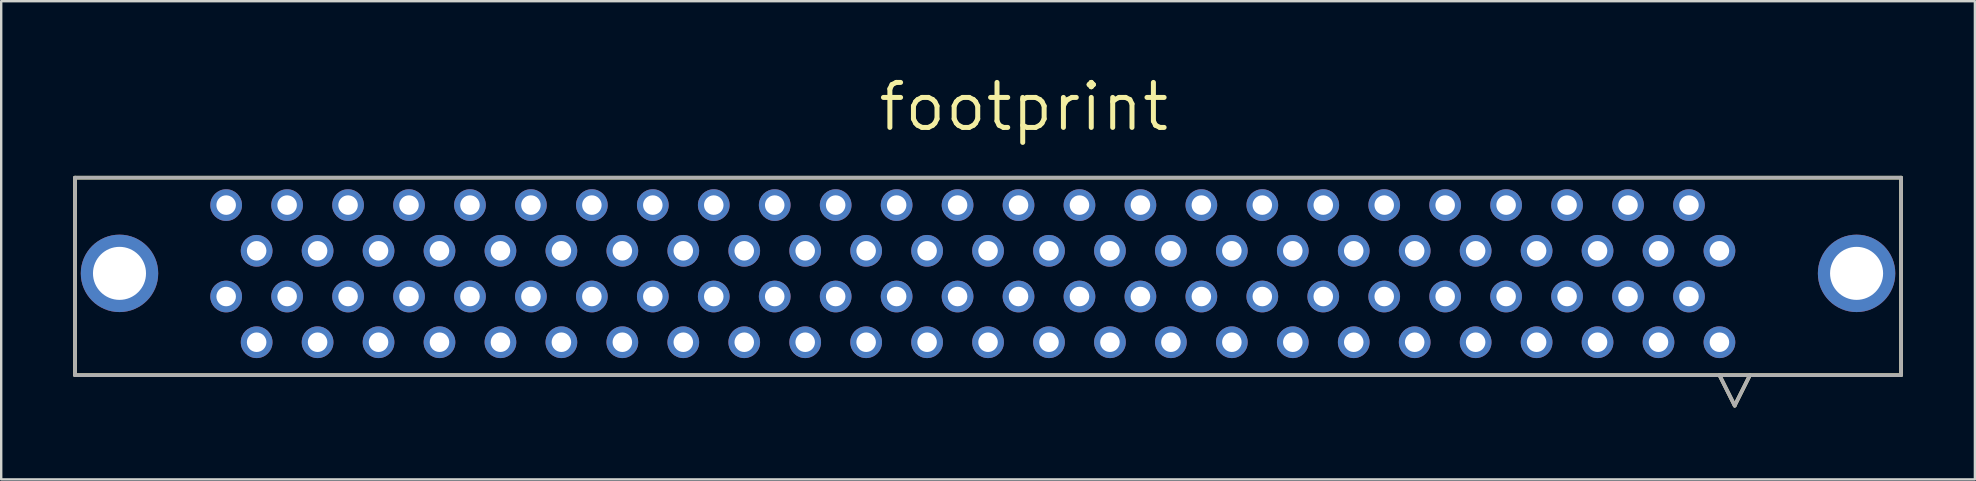
<source format=kicad_pcb>
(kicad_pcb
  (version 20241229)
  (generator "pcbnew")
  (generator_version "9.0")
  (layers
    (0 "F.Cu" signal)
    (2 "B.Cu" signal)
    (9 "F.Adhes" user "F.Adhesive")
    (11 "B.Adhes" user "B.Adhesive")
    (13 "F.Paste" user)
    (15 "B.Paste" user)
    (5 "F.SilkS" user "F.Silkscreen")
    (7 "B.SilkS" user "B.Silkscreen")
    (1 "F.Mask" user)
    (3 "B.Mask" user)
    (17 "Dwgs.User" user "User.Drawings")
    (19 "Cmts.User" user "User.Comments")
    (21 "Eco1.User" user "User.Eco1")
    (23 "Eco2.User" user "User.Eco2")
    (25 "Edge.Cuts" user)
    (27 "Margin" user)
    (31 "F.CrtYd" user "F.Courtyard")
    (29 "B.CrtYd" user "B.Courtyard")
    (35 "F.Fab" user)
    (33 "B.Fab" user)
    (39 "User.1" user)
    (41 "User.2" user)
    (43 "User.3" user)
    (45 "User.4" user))
  (footprint "footprint"
    (layer "F.Cu")
    (at 38.125 4.354)
    (property "Reference" "footprint" (at -4.674 -1.854 0) (layer "F.SilkS") (effects (font (size 1.875 1.875) (thickness 0.208)) (justify left bottom)))
    (fp_line (start -38.049 0) (end -38.049 8.23) (stroke (width 0.152) (type solid)) (layer "F.SilkS"))
    (fp_line (start -38.049 8.23) (end 38.049 8.23) (stroke (width 0.152) (type solid)) (layer "F.SilkS"))
    (fp_line (start 30.48 8.23) (end 31.115 9.5) (stroke (width 0.152) (type solid)) (layer "F.SilkS"))
    (fp_line (start 31.75 8.23) (end 31.115 9.5) (stroke (width 0.152) (type solid)) (layer "F.SilkS"))
    (fp_line (start 38.049 0) (end -38.049 0) (stroke (width 0.152) (type solid)) (layer "F.SilkS"))
    (fp_line (start 38.049 8.23) (end 38.049 0) (stroke (width 0.152) (type solid)) (layer "F.SilkS"))
    (fp_line (start -38.049 0) (end -38.049 8.23) (stroke (width 0.152) (type solid)) (layer "F.Fab"))
    (fp_line (start -38.049 8.23) (end 38.049 8.23) (stroke (width 0.152) (type solid)) (layer "F.Fab"))
    (fp_line (start 30.48 8.23) (end 31.115 9.5) (stroke (width 0.152) (type solid)) (layer "F.Fab"))
    (fp_line (start 31.75 8.23) (end 31.115 9.5) (stroke (width 0.152) (type solid)) (layer "F.Fab"))
    (fp_line (start 38.049 0) (end -38.049 0) (stroke (width 0.152) (type solid)) (layer "F.Fab"))
    (fp_line (start 38.049 8.23) (end 38.049 0) (stroke (width 0.152) (type solid)) (layer "F.Fab"))
    (pad "1" thru_hole circle (at 30.48 6.858) (size 1.321 1.321) (drill 0.813) (layers "*.Cu" "*.Mask"))
    (pad "2" thru_hole circle (at 29.21 4.953) (size 1.321 1.321) (drill 0.813) (layers "*.Cu" "*.Mask"))
    (pad "3" thru_hole circle (at 27.94 6.858) (size 1.321 1.321) (drill 0.813) (layers "*.Cu" "*.Mask"))
    (pad "4" thru_hole circle (at 26.67 4.953) (size 1.321 1.321) (drill 0.813) (layers "*.Cu" "*.Mask"))
    (pad "5" thru_hole circle (at 25.4 6.858) (size 1.321 1.321) (drill 0.813) (layers "*.Cu" "*.Mask"))
    (pad "6" thru_hole circle (at 24.13 4.953) (size 1.321 1.321) (drill 0.813) (layers "*.Cu" "*.Mask"))
    (pad "7" thru_hole circle (at 22.86 6.858) (size 1.321 1.321) (drill 0.813) (layers "*.Cu" "*.Mask"))
    (pad "8" thru_hole circle (at 21.59 4.953) (size 1.321 1.321) (drill 0.813) (layers "*.Cu" "*.Mask"))
    (pad "9" thru_hole circle (at 20.32 6.858) (size 1.321 1.321) (drill 0.813) (layers "*.Cu" "*.Mask"))
    (pad "10" thru_hole circle (at 19.05 4.953) (size 1.321 1.321) (drill 0.813) (layers "*.Cu" "*.Mask"))
    (pad "11" thru_hole circle (at 17.78 6.858) (size 1.321 1.321) (drill 0.813) (layers "*.Cu" "*.Mask"))
    (pad "12" thru_hole circle (at 16.51 4.953) (size 1.321 1.321) (drill 0.813) (layers "*.Cu" "*.Mask"))
    (pad "13" thru_hole circle (at 15.24 6.858) (size 1.321 1.321) (drill 0.813) (layers "*.Cu" "*.Mask"))
    (pad "14" thru_hole circle (at 13.97 4.953) (size 1.321 1.321) (drill 0.813) (layers "*.Cu" "*.Mask"))
    (pad "15" thru_hole circle (at 12.7 6.858) (size 1.321 1.321) (drill 0.813) (layers "*.Cu" "*.Mask"))
    (pad "16" thru_hole circle (at 11.43 4.953) (size 1.321 1.321) (drill 0.813) (layers "*.Cu" "*.Mask"))
    (pad "17" thru_hole circle (at 10.16 6.858) (size 1.321 1.321) (drill 0.813) (layers "*.Cu" "*.Mask"))
    (pad "18" thru_hole circle (at 8.89 4.953) (size 1.321 1.321) (drill 0.813) (layers "*.Cu" "*.Mask"))
    (pad "19" thru_hole circle (at 7.62 6.858) (size 1.321 1.321) (drill 0.813) (layers "*.Cu" "*.Mask"))
    (pad "20" thru_hole circle (at 6.35 4.953) (size 1.321 1.321) (drill 0.813) (layers "*.Cu" "*.Mask"))
    (pad "21" thru_hole circle (at 5.08 6.858) (size 1.321 1.321) (drill 0.813) (layers "*.Cu" "*.Mask"))
    (pad "22" thru_hole circle (at 3.81 4.953) (size 1.321 1.321) (drill 0.813) (layers "*.Cu" "*.Mask"))
    (pad "23" thru_hole circle (at 2.54 6.858) (size 1.321 1.321) (drill 0.813) (layers "*.Cu" "*.Mask"))
    (pad "24" thru_hole circle (at 1.27 4.953) (size 1.321 1.321) (drill 0.813) (layers "*.Cu" "*.Mask"))
    (pad "25" thru_hole circle (at 0 6.858) (size 1.321 1.321) (drill 0.813) (layers "*.Cu" "*.Mask"))
    (pad "26" thru_hole circle (at -1.27 4.953) (size 1.321 1.321) (drill 0.813) (layers "*.Cu" "*.Mask"))
    (pad "27" thru_hole circle (at -2.54 6.858) (size 1.321 1.321) (drill 0.813) (layers "*.Cu" "*.Mask"))
    (pad "28" thru_hole circle (at -3.81 4.953) (size 1.321 1.321) (drill 0.813) (layers "*.Cu" "*.Mask"))
    (pad "29" thru_hole circle (at -5.08 6.858) (size 1.321 1.321) (drill 0.813) (layers "*.Cu" "*.Mask"))
    (pad "30" thru_hole circle (at -6.35 4.953) (size 1.321 1.321) (drill 0.813) (layers "*.Cu" "*.Mask"))
    (pad "31" thru_hole circle (at -7.62 6.858) (size 1.321 1.321) (drill 0.813) (layers "*.Cu" "*.Mask"))
    (pad "32" thru_hole circle (at -8.89 4.953) (size 1.321 1.321) (drill 0.813) (layers "*.Cu" "*.Mask"))
    (pad "33" thru_hole circle (at -10.16 6.858) (size 1.321 1.321) (drill 0.813) (layers "*.Cu" "*.Mask"))
    (pad "34" thru_hole circle (at -11.43 4.953) (size 1.321 1.321) (drill 0.813) (layers "*.Cu" "*.Mask"))
    (pad "35" thru_hole circle (at -12.7 6.858) (size 1.321 1.321) (drill 0.813) (layers "*.Cu" "*.Mask"))
    (pad "36" thru_hole circle (at -13.97 4.953) (size 1.321 1.321) (drill 0.813) (layers "*.Cu" "*.Mask"))
    (pad "37" thru_hole circle (at -15.24 6.858) (size 1.321 1.321) (drill 0.813) (layers "*.Cu" "*.Mask"))
    (pad "38" thru_hole circle (at -16.51 4.953) (size 1.321 1.321) (drill 0.813) (layers "*.Cu" "*.Mask"))
    (pad "39" thru_hole circle (at -17.78 6.858) (size 1.321 1.321) (drill 0.813) (layers "*.Cu" "*.Mask"))
    (pad "40" thru_hole circle (at -19.05 4.953) (size 1.321 1.321) (drill 0.813) (layers "*.Cu" "*.Mask"))
    (pad "41" thru_hole circle (at -20.32 6.858) (size 1.321 1.321) (drill 0.813) (layers "*.Cu" "*.Mask"))
    (pad "42" thru_hole circle (at -21.59 4.953) (size 1.321 1.321) (drill 0.813) (layers "*.Cu" "*.Mask"))
    (pad "43" thru_hole circle (at -22.86 6.858) (size 1.321 1.321) (drill 0.813) (layers "*.Cu" "*.Mask"))
    (pad "44" thru_hole circle (at -24.13 4.953) (size 1.321 1.321) (drill 0.813) (layers "*.Cu" "*.Mask"))
    (pad "45" thru_hole circle (at -25.4 6.858) (size 1.321 1.321) (drill 0.813) (layers "*.Cu" "*.Mask"))
    (pad "46" thru_hole circle (at -26.67 4.953) (size 1.321 1.321) (drill 0.813) (layers "*.Cu" "*.Mask"))
    (pad "47" thru_hole circle (at -27.94 6.858) (size 1.321 1.321) (drill 0.813) (layers "*.Cu" "*.Mask"))
    (pad "48" thru_hole circle (at -29.21 4.953) (size 1.321 1.321) (drill 0.813) (layers "*.Cu" "*.Mask"))
    (pad "49" thru_hole circle (at -30.48 6.858) (size 1.321 1.321) (drill 0.813) (layers "*.Cu" "*.Mask"))
    (pad "50" thru_hole circle (at -31.75 4.953) (size 1.321 1.321) (drill 0.813) (layers "*.Cu" "*.Mask"))
    (pad "51" thru_hole circle (at 30.48 3.048) (size 1.321 1.321) (drill 0.813) (layers "*.Cu" "*.Mask"))
    (pad "52" thru_hole circle (at 29.21 1.143) (size 1.321 1.321) (drill 0.813) (layers "*.Cu" "*.Mask"))
    (pad "53" thru_hole circle (at 27.94 3.048) (size 1.321 1.321) (drill 0.813) (layers "*.Cu" "*.Mask"))
    (pad "54" thru_hole circle (at 26.67 1.143) (size 1.321 1.321) (drill 0.813) (layers "*.Cu" "*.Mask"))
    (pad "55" thru_hole circle (at 25.4 3.048) (size 1.321 1.321) (drill 0.813) (layers "*.Cu" "*.Mask"))
    (pad "56" thru_hole circle (at 24.13 1.143) (size 1.321 1.321) (drill 0.813) (layers "*.Cu" "*.Mask"))
    (pad "57" thru_hole circle (at 22.86 3.048) (size 1.321 1.321) (drill 0.813) (layers "*.Cu" "*.Mask"))
    (pad "58" thru_hole circle (at 21.59 1.143) (size 1.321 1.321) (drill 0.813) (layers "*.Cu" "*.Mask"))
    (pad "59" thru_hole circle (at 20.32 3.048) (size 1.321 1.321) (drill 0.813) (layers "*.Cu" "*.Mask"))
    (pad "60" thru_hole circle (at 19.05 1.143) (size 1.321 1.321) (drill 0.813) (layers "*.Cu" "*.Mask"))
    (pad "61" thru_hole circle (at 17.78 3.048) (size 1.321 1.321) (drill 0.813) (layers "*.Cu" "*.Mask"))
    (pad "62" thru_hole circle (at 16.51 1.143) (size 1.321 1.321) (drill 0.813) (layers "*.Cu" "*.Mask"))
    (pad "63" thru_hole circle (at 15.24 3.048) (size 1.321 1.321) (drill 0.813) (layers "*.Cu" "*.Mask"))
    (pad "64" thru_hole circle (at 13.97 1.143) (size 1.321 1.321) (drill 0.813) (layers "*.Cu" "*.Mask"))
    (pad "65" thru_hole circle (at 12.7 3.048) (size 1.321 1.321) (drill 0.813) (layers "*.Cu" "*.Mask"))
    (pad "66" thru_hole circle (at 11.43 1.143) (size 1.321 1.321) (drill 0.813) (layers "*.Cu" "*.Mask"))
    (pad "67" thru_hole circle (at 10.16 3.048) (size 1.321 1.321) (drill 0.813) (layers "*.Cu" "*.Mask"))
    (pad "68" thru_hole circle (at 8.89 1.143) (size 1.321 1.321) (drill 0.813) (layers "*.Cu" "*.Mask"))
    (pad "69" thru_hole circle (at 7.62 3.048) (size 1.321 1.321) (drill 0.813) (layers "*.Cu" "*.Mask"))
    (pad "70" thru_hole circle (at 6.35 1.143) (size 1.321 1.321) (drill 0.813) (layers "*.Cu" "*.Mask"))
    (pad "71" thru_hole circle (at 5.08 3.048) (size 1.321 1.321) (drill 0.813) (layers "*.Cu" "*.Mask"))
    (pad "72" thru_hole circle (at 3.81 1.143) (size 1.321 1.321) (drill 0.813) (layers "*.Cu" "*.Mask"))
    (pad "73" thru_hole circle (at 2.54 3.048) (size 1.321 1.321) (drill 0.813) (layers "*.Cu" "*.Mask"))
    (pad "74" thru_hole circle (at 1.27 1.143) (size 1.321 1.321) (drill 0.813) (layers "*.Cu" "*.Mask"))
    (pad "75" thru_hole circle (at 0 3.048) (size 1.321 1.321) (drill 0.813) (layers "*.Cu" "*.Mask"))
    (pad "76" thru_hole circle (at -1.27 1.143) (size 1.321 1.321) (drill 0.813) (layers "*.Cu" "*.Mask"))
    (pad "77" thru_hole circle (at -2.54 3.048) (size 1.321 1.321) (drill 0.813) (layers "*.Cu" "*.Mask"))
    (pad "78" thru_hole circle (at -3.81 1.143) (size 1.321 1.321) (drill 0.813) (layers "*.Cu" "*.Mask"))
    (pad "79" thru_hole circle (at -5.08 3.048) (size 1.321 1.321) (drill 0.813) (layers "*.Cu" "*.Mask"))
    (pad "80" thru_hole circle (at -6.35 1.143) (size 1.321 1.321) (drill 0.813) (layers "*.Cu" "*.Mask"))
    (pad "81" thru_hole circle (at -7.62 3.048) (size 1.321 1.321) (drill 0.813) (layers "*.Cu" "*.Mask"))
    (pad "82" thru_hole circle (at -8.89 1.143) (size 1.321 1.321) (drill 0.813) (layers "*.Cu" "*.Mask"))
    (pad "83" thru_hole circle (at -10.16 3.048) (size 1.321 1.321) (drill 0.813) (layers "*.Cu" "*.Mask"))
    (pad "84" thru_hole circle (at -11.43 1.143) (size 1.321 1.321) (drill 0.813) (layers "*.Cu" "*.Mask"))
    (pad "85" thru_hole circle (at -12.7 3.048) (size 1.321 1.321) (drill 0.813) (layers "*.Cu" "*.Mask"))
    (pad "86" thru_hole circle (at -13.97 1.143) (size 1.321 1.321) (drill 0.813) (layers "*.Cu" "*.Mask"))
    (pad "87" thru_hole circle (at -15.24 3.048) (size 1.321 1.321) (drill 0.813) (layers "*.Cu" "*.Mask"))
    (pad "88" thru_hole circle (at -16.51 1.143) (size 1.321 1.321) (drill 0.813) (layers "*.Cu" "*.Mask"))
    (pad "89" thru_hole circle (at -17.78 3.048) (size 1.321 1.321) (drill 0.813) (layers "*.Cu" "*.Mask"))
    (pad "90" thru_hole circle (at -19.05 1.143) (size 1.321 1.321) (drill 0.813) (layers "*.Cu" "*.Mask"))
    (pad "91" thru_hole circle (at -20.32 3.048) (size 1.321 1.321) (drill 0.813) (layers "*.Cu" "*.Mask"))
    (pad "92" thru_hole circle (at -21.59 1.143) (size 1.321 1.321) (drill 0.813) (layers "*.Cu" "*.Mask"))
    (pad "93" thru_hole circle (at -22.86 3.048) (size 1.321 1.321) (drill 0.813) (layers "*.Cu" "*.Mask"))
    (pad "94" thru_hole circle (at -24.13 1.143) (size 1.321 1.321) (drill 0.813) (layers "*.Cu" "*.Mask"))
    (pad "95" thru_hole circle (at -25.4 3.048) (size 1.321 1.321) (drill 0.813) (layers "*.Cu" "*.Mask"))
    (pad "96" thru_hole circle (at -26.67 1.143) (size 1.321 1.321) (drill 0.813) (layers "*.Cu" "*.Mask"))
    (pad "97" thru_hole circle (at -27.94 3.048) (size 1.321 1.321) (drill 0.813) (layers "*.Cu" "*.Mask"))
    (pad "98" thru_hole circle (at -29.21 1.143) (size 1.321 1.321) (drill 0.813) (layers "*.Cu" "*.Mask"))
    (pad "99" thru_hole circle (at -30.48 3.048) (size 1.321 1.321) (drill 0.813) (layers "*.Cu" "*.Mask"))
    (pad "100" thru_hole circle (at -31.75 1.143) (size 1.321 1.321) (drill 0.813) (layers "*.Cu" "*.Mask"))
    (pad "101" thru_hole circle (at -36.195 3.988) (size 3.226 3.226) (drill 2.21) (layers "*.Cu" "*.Mask"))
    (pad "102" thru_hole circle (at 36.195 3.988) (size 3.226 3.226) (drill 2.21) (layers "*.Cu" "*.Mask")))
  (gr_rect
    (start -3 -3)
    (end 79.251 16.929)
    (stroke (width 0.1) (type default))
    (fill no)
    (layer "Edge.Cuts")))
</source>
